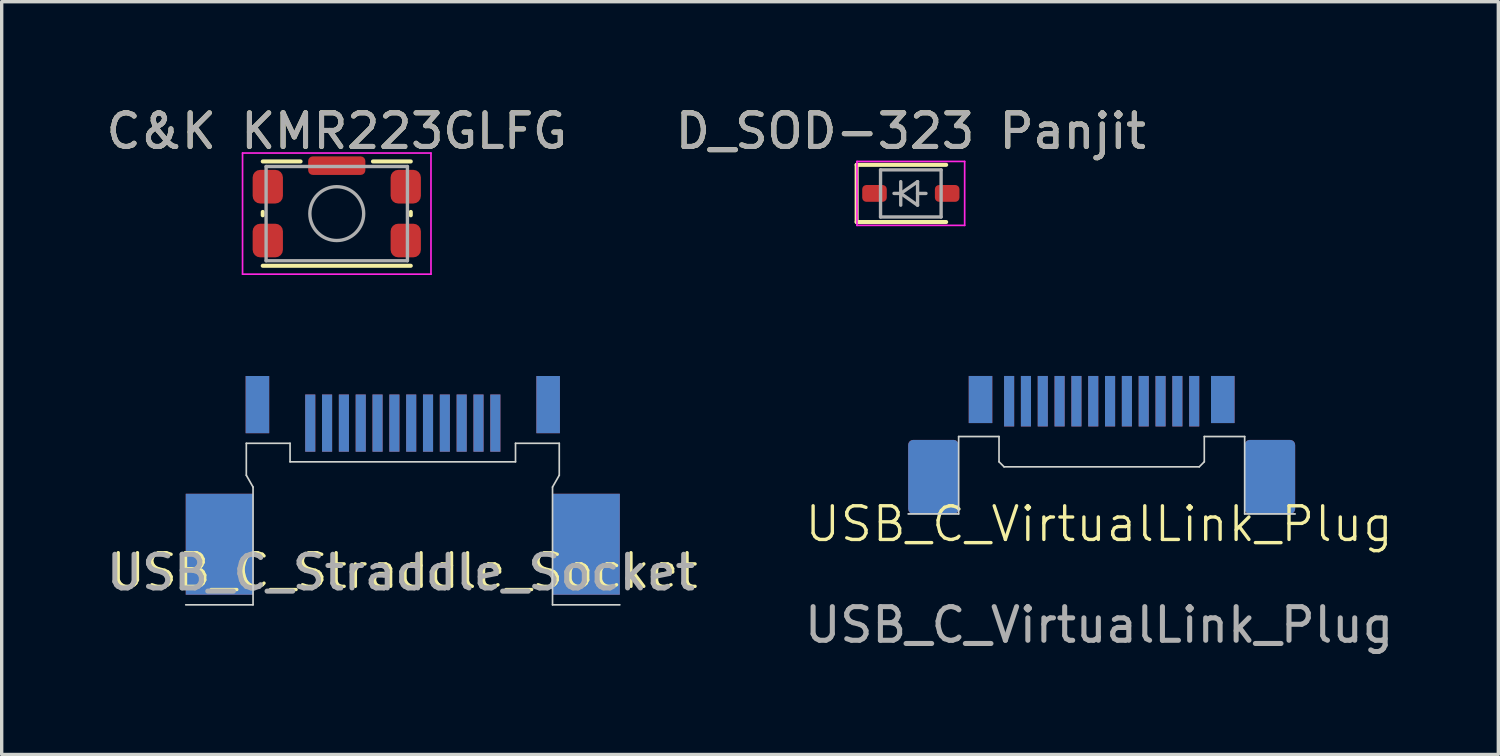
<source format=kicad_pcb>
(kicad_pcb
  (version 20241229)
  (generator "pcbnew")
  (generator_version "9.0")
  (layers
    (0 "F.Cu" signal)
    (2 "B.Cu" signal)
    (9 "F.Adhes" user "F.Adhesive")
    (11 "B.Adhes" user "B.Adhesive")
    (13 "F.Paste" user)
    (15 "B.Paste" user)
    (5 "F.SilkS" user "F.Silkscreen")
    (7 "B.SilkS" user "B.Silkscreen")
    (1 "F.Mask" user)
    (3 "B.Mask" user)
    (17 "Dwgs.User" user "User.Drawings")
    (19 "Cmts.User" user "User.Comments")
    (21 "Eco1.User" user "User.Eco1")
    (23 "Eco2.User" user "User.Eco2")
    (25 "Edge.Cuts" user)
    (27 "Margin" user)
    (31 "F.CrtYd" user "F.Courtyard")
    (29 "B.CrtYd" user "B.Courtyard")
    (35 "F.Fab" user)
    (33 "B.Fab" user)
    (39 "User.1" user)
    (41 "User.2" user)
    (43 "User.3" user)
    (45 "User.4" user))
  (footprint "C&K KMR223GLFG"
    (layer "F.Cu")
    (at 6.958 3.298)
    (property "Reference" "C&K KMR223GLFG" (at 0 -2.45 0) (layer "F.SilkS") (effects (font (size 1 1) (thickness 0.15))))
    (attr smd)
    (fp_line (start -2.2 0.05) (end -2.2 -0.05) (stroke (width 0.12) (type solid)) (layer "F.SilkS"))
    (fp_line (start -2.2 1.55) (end 2.2 1.55) (stroke (width 0.12) (type solid)) (layer "F.SilkS"))
    (fp_line (start -1.075 -1.55) (end -2.2 -1.55) (stroke (width 0.12) (type solid)) (layer "F.SilkS"))
    (fp_line (start 2.2 -1.55) (end 1.075 -1.55) (stroke (width 0.12) (type solid)) (layer "F.SilkS"))
    (fp_line (start 2.2 0.05) (end 2.2 -0.05) (stroke (width 0.12) (type solid)) (layer "F.SilkS"))
    (fp_line (start -2.8 -1.8) (end 2.8 -1.8) (stroke (width 0.05) (type solid)) (layer "F.CrtYd"))
    (fp_line (start -2.8 1.8) (end -2.8 -1.8) (stroke (width 0.05) (type solid)) (layer "F.CrtYd"))
    (fp_line (start 2.8 -1.8) (end 2.8 1.8) (stroke (width 0.05) (type solid)) (layer "F.CrtYd"))
    (fp_line (start 2.8 1.8) (end -2.8 1.8) (stroke (width 0.05) (type solid)) (layer "F.CrtYd"))
    (fp_line (start -2.1 -1.4) (end 2.1 -1.4) (stroke (width 0.1) (type solid)) (layer "F.Fab"))
    (fp_line (start -2.1 1.4) (end -2.1 -1.4) (stroke (width 0.1) (type solid)) (layer "F.Fab"))
    (fp_line (start 2.1 -1.4) (end 2.1 1.4) (stroke (width 0.1) (type solid)) (layer "F.Fab"))
    (fp_line (start 2.1 1.4) (end -2.1 1.4) (stroke (width 0.1) (type solid)) (layer "F.Fab"))
    (fp_circle (center 0 0) (end 0 0.8) (stroke (width 0.1) (type solid)) (fill no) (layer "F.Fab"))
    (fp_text user "${REFERENCE}" (at 0 -2.45 0) (layer "F.Fab") (effects (font (size 1 1) (thickness 0.15))))
    (pad "1" smd roundrect (at -2.05 -0.8) (size 0.9 1) (layers "F.Cu" "F.Mask" "F.Paste") (roundrect_rratio 0.25))
    (pad "1" smd roundrect (at 0 -1.425) (size 1.7 0.55) (layers "F.Cu" "F.Mask" "F.Paste") (roundrect_rratio 0.25))
    (pad "1" smd roundrect (at 2.05 -0.8) (size 0.9 1) (layers "F.Cu" "F.Mask" "F.Paste") (roundrect_rratio 0.25))
    (pad "2" smd roundrect (at -2.05 0.8) (size 0.9 1) (layers "F.Cu" "F.Mask" "F.Paste") (roundrect_rratio 0.25))
    (pad "2" smd roundrect (at 2.05 0.8) (size 0.9 1) (layers "F.Cu" "F.Mask" "F.Paste") (roundrect_rratio 0.25)))
  (footprint "D_SOD-323 Panjit"
    (layer "F.Cu")
    (at 24.018 2.698)
    (property "Reference" "D_SOD-323 Panjit" (at 0 -1.85 0) (layer "F.SilkS") (effects (font (size 1 1) (thickness 0.15))))
    (attr smd)
    (fp_line (start -1.61 -0.85) (end -1.61 0.85) (stroke (width 0.12) (type solid)) (layer "F.SilkS"))
    (fp_line (start -1.61 -0.85) (end 1.05 -0.85) (stroke (width 0.12) (type solid)) (layer "F.SilkS"))
    (fp_line (start -1.61 0.85) (end 1.05 0.85) (stroke (width 0.12) (type solid)) (layer "F.SilkS"))
    (fp_line (start -1.6 -0.95) (end -1.6 0.95) (stroke (width 0.05) (type solid)) (layer "F.CrtYd"))
    (fp_line (start -1.6 -0.95) (end 1.6 -0.95) (stroke (width 0.05) (type solid)) (layer "F.CrtYd"))
    (fp_line (start -1.6 0.95) (end 1.6 0.95) (stroke (width 0.05) (type solid)) (layer "F.CrtYd"))
    (fp_line (start 1.6 -0.95) (end 1.6 0.95) (stroke (width 0.05) (type solid)) (layer "F.CrtYd"))
    (fp_line (start -0.9 -0.7) (end 0.9 -0.7) (stroke (width 0.1) (type solid)) (layer "F.Fab"))
    (fp_line (start -0.9 0.7) (end -0.9 -0.7) (stroke (width 0.1) (type solid)) (layer "F.Fab"))
    (fp_line (start -0.3 -0.35) (end -0.3 0.35) (stroke (width 0.1) (type solid)) (layer "F.Fab"))
    (fp_line (start -0.3 0) (end -0.5 0) (stroke (width 0.1) (type solid)) (layer "F.Fab"))
    (fp_line (start -0.3 0) (end 0.2 -0.35) (stroke (width 0.1) (type solid)) (layer "F.Fab"))
    (fp_line (start 0.2 -0.35) (end 0.2 0.35) (stroke (width 0.1) (type solid)) (layer "F.Fab"))
    (fp_line (start 0.2 0) (end 0.45 0) (stroke (width 0.1) (type solid)) (layer "F.Fab"))
    (fp_line (start 0.2 0.35) (end -0.3 0) (stroke (width 0.1) (type solid)) (layer "F.Fab"))
    (fp_line (start 0.9 -0.7) (end 0.9 0.7) (stroke (width 0.1) (type solid)) (layer "F.Fab"))
    (fp_line (start 0.9 0.7) (end -0.9 0.7) (stroke (width 0.1) (type solid)) (layer "F.Fab"))
    (fp_text user "${REFERENCE}" (at 0 -1.85 0) (layer "F.Fab") (effects (font (size 1 1) (thickness 0.15))))
    (pad "1" smd roundrect (at -1.08 0) (size 0.73 0.5) (layers "F.Cu" "F.Mask" "F.Paste") (roundrect_rratio 0.25))
    (pad "2" smd roundrect (at 1.08 0) (size 0.73 0.5) (layers "F.Cu" "F.Mask" "F.Paste") (roundrect_rratio 0.25)))
  (footprint "USB_C_Straddle_Socket"
    (layer "F.Cu")
    (at 8.913 14.917)
    (property "Reference" "USB_C_Straddle_Socket" (at 0.05 -1 0) (unlocked yes) (layer "F.SilkS") (effects (font (size 1 1) (thickness 0.1))))
    (attr smd)
    (fp_line (start -4.643 -3.843) (end -4.643 -4.793) (stroke (width 0.05) (type default)) (layer "Edge.Cuts"))
    (fp_line (start -4.443 -3.493) (end -4.643 -3.843) (stroke (width 0.05) (type default)) (layer "Edge.Cuts"))
    (fp_line (start -4.443 -3.493) (end -4.443 0.007) (stroke (width 0.05) (type default)) (layer "Edge.Cuts"))
    (fp_line (start -4.443 0.007) (end -6.443 0.007) (stroke (width 0.05) (type default)) (layer "Edge.Cuts"))
    (fp_line (start -3.343 -4.793) (end -4.643 -4.793) (stroke (width 0.05) (type default)) (layer "Edge.Cuts"))
    (fp_line (start -3.343 -4.243) (end -3.343 -4.793) (stroke (width 0.05) (type default)) (layer "Edge.Cuts"))
    (fp_line (start 3.357 -4.793) (end 4.657 -4.793) (stroke (width 0.05) (type default)) (layer "Edge.Cuts"))
    (fp_line (start 3.357 -4.243) (end -3.343 -4.243) (stroke (width 0.05) (type default)) (layer "Edge.Cuts"))
    (fp_line (start 3.357 -4.243) (end 3.357 -4.793) (stroke (width 0.05) (type default)) (layer "Edge.Cuts"))
    (fp_line (start 4.457 -3.493) (end 4.457 0.007) (stroke (width 0.05) (type default)) (layer "Edge.Cuts"))
    (fp_line (start 4.457 -3.493) (end 4.657 -3.843) (stroke (width 0.05) (type default)) (layer "Edge.Cuts"))
    (fp_line (start 4.457 0.007) (end 6.457 0.007) (stroke (width 0.05) (type default)) (layer "Edge.Cuts"))
    (fp_line (start 4.657 -3.843) (end 4.657 -4.793) (stroke (width 0.05) (type default)) (layer "Edge.Cuts"))
    (fp_text user "${REFERENCE}" (at -0.05 -0.95 0) (unlocked yes) (layer "F.Fab") (effects (font (size 1 1) (thickness 0.15))))
    (fp_text user "C5345940" (at -3.725 -2.125 0) (unlocked yes) (layer "User.1") (effects (font (size 1 1) (thickness 0.1)) (justify left bottom)))
    (pad "A1" smd rect (at -2.743 -5.393) (size 0.3 1.7) (layers "F.Cu" "F.Mask" "F.Paste"))
    (pad "A2" smd rect (at -2.243 -5.393) (size 0.3 1.7) (layers "F.Cu" "F.Mask" "F.Paste"))
    (pad "A3" smd rect (at -1.743 -5.393) (size 0.3 1.7) (layers "F.Cu" "F.Mask" "F.Paste"))
    (pad "A4" smd rect (at -1.243 -5.393) (size 0.3 1.7) (layers "F.Cu" "F.Mask" "F.Paste"))
    (pad "A5" smd rect (at -0.743 -5.393) (size 0.3 1.7) (layers "F.Cu" "F.Mask" "F.Paste"))
    (pad "A6" smd rect (at -0.243 -5.393) (size 0.3 1.7) (layers "F.Cu" "F.Mask" "F.Paste"))
    (pad "A7" smd rect (at 0.257 -5.393) (size 0.3 1.7) (layers "F.Cu" "F.Mask" "F.Paste"))
    (pad "A8" smd rect (at 0.757 -5.393) (size 0.3 1.7) (layers "F.Cu" "F.Mask" "F.Paste"))
    (pad "A9" smd rect (at 1.257 -5.393) (size 0.3 1.7) (layers "F.Cu" "F.Mask" "F.Paste"))
    (pad "A10" smd rect (at 1.757 -5.393) (size 0.3 1.7) (layers "F.Cu" "F.Mask" "F.Paste"))
    (pad "A11" smd rect (at 2.257 -5.393) (size 0.3 1.7) (layers "F.Cu" "F.Mask" "F.Paste"))
    (pad "A12" smd rect (at 2.757 -5.393) (size 0.3 1.7) (layers "F.Cu" "F.Mask" "F.Paste"))
    (pad "B1" smd rect (at 2.757 -5.393) (size 0.3 1.7) (layers "B.Cu" "B.Mask" "B.Paste"))
    (pad "B2" smd rect (at 2.257 -5.393) (size 0.3 1.7) (layers "B.Cu" "B.Mask" "B.Paste"))
    (pad "B3" smd rect (at 1.757 -5.393) (size 0.3 1.7) (layers "B.Cu" "B.Mask" "B.Paste"))
    (pad "B4" smd rect (at 1.257 -5.393) (size 0.3 1.7) (layers "B.Cu" "B.Mask" "B.Paste"))
    (pad "B5" smd rect (at 0.757 -5.393) (size 0.3 1.7) (layers "B.Cu" "B.Mask" "B.Paste"))
    (pad "B6" smd rect (at 0.257 -5.393) (size 0.3 1.7) (layers "B.Cu" "B.Mask" "B.Paste"))
    (pad "B7" smd rect (at -0.243 -5.393) (size 0.3 1.7) (layers "B.Cu" "B.Mask" "B.Paste"))
    (pad "B8" smd rect (at -0.743 -5.393) (size 0.3 1.7) (layers "B.Cu" "B.Mask" "B.Paste"))
    (pad "B9" smd rect (at -1.243 -5.393) (size 0.3 1.7) (layers "B.Cu" "B.Mask" "B.Paste"))
    (pad "B10" smd rect (at -1.743 -5.393) (size 0.3 1.7) (layers "B.Cu" "B.Mask" "B.Paste"))
    (pad "B11" smd rect (at -2.243 -5.393) (size 0.3 1.7) (layers "B.Cu" "B.Mask" "B.Paste"))
    (pad "B12" smd rect (at -2.743 -5.393) (size 0.3 1.7) (layers "B.Cu" "B.Mask" "B.Paste"))
    (pad "S1" smd rect (at -5.443 -1.793 180) (size 2 3) (layers "F.Cu" "F.Mask" "F.Paste"))
    (pad "S1" smd rect (at -5.443 -1.793 180) (size 2 3) (layers "B.Cu" "B.Mask" "B.Paste"))
    (pad "S1" smd rect (at -4.313 -5.943 180) (size 0.7 1.7) (layers "F.Cu" "F.Mask" "F.Paste"))
    (pad "S1" smd rect (at -4.313 -5.943 180) (size 0.7 1.7) (layers "B.Cu" "B.Mask" "B.Paste"))
    (pad "S1" smd rect (at 4.327 -5.943 180) (size 0.7 1.7) (layers "F.Cu" "F.Mask" "F.Paste"))
    (pad "S1" smd rect (at 4.327 -5.943 180) (size 0.7 1.7) (layers "B.Cu" "B.Mask" "B.Paste"))
    (pad "S1" smd rect (at 5.457 -1.793 180) (size 2 3) (layers "F.Cu" "F.Mask" "F.Paste"))
    (pad "S1" smd rect (at 5.457 -1.793 180) (size 2 3) (layers "B.Cu" "B.Mask" "B.Paste")))
  (footprint "USB_C_VirtualLink_Plug"
    (layer "F.Cu")
    (at 29.689 12.223)
    (property "Reference" "USB_C_VirtualLink_Plug" (at -0.075 0.3 0) (unlocked yes) (layer "F.SilkS") (effects (font (size 1 1) (thickness 0.1))))
    (attr smd)
    (fp_line (start -4.25 -2.3) (end -4.25 0) (stroke (width 0.05) (type default)) (layer "Edge.Cuts"))
    (fp_line (start -4.25 0) (end -5.75 0) (stroke (width 0.05) (type default)) (layer "Edge.Cuts"))
    (fp_line (start -3.05 -2.3) (end -4.25 -2.3) (stroke (width 0.05) (type default)) (layer "Edge.Cuts"))
    (fp_line (start -3.05 -1.55) (end -3.05 -2.3) (stroke (width 0.05) (type default)) (layer "Edge.Cuts"))
    (fp_line (start -3.05 -1.55) (end -2.9 -1.4) (stroke (width 0.05) (type default)) (layer "Edge.Cuts"))
    (fp_line (start 2.9 -1.4) (end -2.9 -1.4) (stroke (width 0.05) (type default)) (layer "Edge.Cuts"))
    (fp_line (start 3.05 -1.55) (end 2.9 -1.4) (stroke (width 0.05) (type default)) (layer "Edge.Cuts"))
    (fp_line (start 3.05 -1.55) (end 3.05 -2.3) (stroke (width 0.05) (type default)) (layer "Edge.Cuts"))
    (fp_line (start 4.25 -2.3) (end 3.05 -2.3) (stroke (width 0.05) (type default)) (layer "Edge.Cuts"))
    (fp_line (start 4.25 -2.3) (end 4.25 0) (stroke (width 0.05) (type default)) (layer "Edge.Cuts"))
    (fp_line (start 4.25 0) (end 5.75 0) (stroke (width 0.05) (type default)) (layer "Edge.Cuts"))
    (fp_text user "${REFERENCE}" (at -0.075 3.3 0) (unlocked yes) (layer "F.Fab") (effects (font (size 1 1) (thickness 0.15))))
    (pad "A1" smd rect (at 2.75 -3.35) (size 0.3 1.5) (layers "F.Cu" "F.Mask" "F.Paste"))
    (pad "A2" smd rect (at 2.25 -3.35) (size 0.3 1.5) (layers "F.Cu" "F.Mask" "F.Paste"))
    (pad "A3" smd rect (at 1.75 -3.35) (size 0.3 1.5) (layers "F.Cu" "F.Mask" "F.Paste"))
    (pad "A4" smd rect (at 1.25 -3.35) (size 0.3 1.5) (layers "F.Cu" "F.Mask" "F.Paste"))
    (pad "A5" smd rect (at 0.75 -3.35) (size 0.3 1.5) (layers "F.Cu" "F.Mask" "F.Paste"))
    (pad "A6" smd rect (at 0.25 -3.35) (size 0.3 1.5) (layers "F.Cu" "F.Mask" "F.Paste"))
    (pad "A7" smd rect (at -0.25 -3.35) (size 0.3 1.5) (layers "F.Cu" "F.Mask" "F.Paste"))
    (pad "A8" smd rect (at -0.75 -3.35) (size 0.3 1.5) (layers "F.Cu" "F.Mask" "F.Paste"))
    (pad "A9" smd rect (at -1.25 -3.35) (size 0.3 1.5) (layers "F.Cu" "F.Mask" "F.Paste"))
    (pad "A10" smd rect (at -1.75 -3.35) (size 0.3 1.5) (layers "F.Cu" "F.Mask" "F.Paste"))
    (pad "A11" smd rect (at -2.25 -3.35) (size 0.3 1.5) (layers "F.Cu" "F.Mask" "F.Paste"))
    (pad "A12" smd rect (at -2.75 -3.35) (size 0.3 1.5) (layers "F.Cu" "F.Mask" "F.Paste"))
    (pad "B1" smd rect (at -2.75 -3.35) (size 0.3 1.5) (layers "B.Cu" "B.Mask" "B.Paste"))
    (pad "B2" smd rect (at -2.25 -3.35) (size 0.3 1.5) (layers "B.Cu" "B.Mask" "B.Paste"))
    (pad "B3" smd rect (at -1.75 -3.35) (size 0.3 1.5) (layers "B.Cu" "B.Mask" "B.Paste"))
    (pad "B4" smd rect (at -1.25 -3.35) (size 0.3 1.5) (layers "B.Cu" "B.Mask" "B.Paste"))
    (pad "B5" smd rect (at -0.75 -3.35) (size 0.3 1.5) (layers "B.Cu" "B.Mask" "B.Paste"))
    (pad "B6" smd rect (at -0.25 -3.35) (size 0.3 1.5) (layers "B.Cu" "B.Mask" "B.Paste"))
    (pad "B7" smd rect (at 0.25 -3.35) (size 0.3 1.5) (layers "B.Cu" "B.Mask" "B.Paste"))
    (pad "B8" smd rect (at 0.75 -3.35) (size 0.3 1.5) (layers "B.Cu" "B.Mask" "B.Paste"))
    (pad "B9" smd rect (at 1.25 -3.35) (size 0.3 1.5) (layers "B.Cu" "B.Mask" "B.Paste"))
    (pad "B10" smd rect (at 1.75 -3.35) (size 0.3 1.5) (layers "B.Cu" "B.Mask" "B.Paste"))
    (pad "B11" smd rect (at 2.25 -3.35) (size 0.3 1.5) (layers "B.Cu" "B.Mask" "B.Paste"))
    (pad "B12" smd rect (at 2.75 -3.35) (size 0.3 1.5) (layers "B.Cu" "B.Mask" "B.Paste"))
    (pad "S1" smd roundrect (at -5 -1.1) (size 1.5 2.2) (layers "F.Cu" "F.Mask" "F.Paste") (roundrect_rratio 0.1))
    (pad "S1" smd roundrect (at -5 -1.1) (size 1.5 2.2) (layers "B.Cu" "B.Mask" "B.Paste") (roundrect_rratio 0.1))
    (pad "S1" smd rect (at -3.6 -3.4) (size 0.7 1.4) (layers "F.Cu" "F.Mask" "F.Paste"))
    (pad "S1" smd rect (at -3.6 -3.4) (size 0.7 1.4) (layers "B.Cu" "B.Mask" "B.Paste"))
    (pad "S1" smd rect (at 3.6 -3.4) (size 0.7 1.4) (layers "F.Cu" "F.Mask" "F.Paste"))
    (pad "S1" smd rect (at 3.6 -3.4) (size 0.7 1.4) (layers "B.Cu" "B.Mask" "B.Paste"))
    (pad "S1" smd roundrect (at 5 -1.1) (size 1.5 2.2) (layers "F.Cu" "F.Mask" "F.Paste") (roundrect_rratio 0.1))
    (pad "S1" smd roundrect (at 5 -1.1) (size 1.5 2.2) (layers "B.Cu" "B.Mask" "B.Paste") (roundrect_rratio 0.1)))
  (gr_rect
    (start -3 -3)
    (end 41.477 19.372)
    (stroke (width 0.1) (type default))
    (fill no)
    (layer "Edge.Cuts")))
</source>
